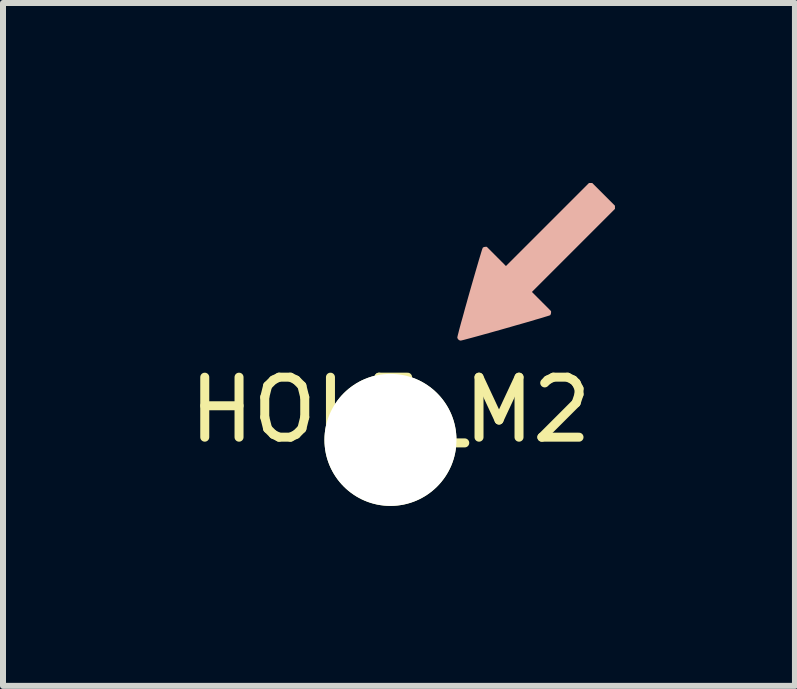
<source format=kicad_pcb>
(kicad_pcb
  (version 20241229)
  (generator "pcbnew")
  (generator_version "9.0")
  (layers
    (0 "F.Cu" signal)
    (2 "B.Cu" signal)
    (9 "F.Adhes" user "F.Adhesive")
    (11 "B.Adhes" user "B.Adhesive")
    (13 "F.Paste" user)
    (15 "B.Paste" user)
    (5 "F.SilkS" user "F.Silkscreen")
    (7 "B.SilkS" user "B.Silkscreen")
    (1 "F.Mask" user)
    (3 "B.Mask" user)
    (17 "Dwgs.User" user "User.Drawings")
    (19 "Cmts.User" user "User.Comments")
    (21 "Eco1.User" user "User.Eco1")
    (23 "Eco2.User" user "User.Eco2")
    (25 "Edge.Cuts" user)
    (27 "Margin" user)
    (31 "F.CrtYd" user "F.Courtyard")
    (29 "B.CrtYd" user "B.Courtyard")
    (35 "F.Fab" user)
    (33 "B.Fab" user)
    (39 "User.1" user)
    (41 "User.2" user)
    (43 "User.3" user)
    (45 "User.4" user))
  (footprint "HOLE_M2"
    (layer "F.Cu")
    (at 3.458 4.282)
    (property "Reference" "HOLE_M2" (at 0 -0.5 0) (unlocked yes) (layer "F.SilkS") (effects (font (size 1 1) (thickness 0.15))))
    (attr through_hole exclude_from_pos_files exclude_from_bom)
    (fp_poly (pts (xy 1.143 -1.663) (xy 1.166 -1.655) (xy 1.177 -1.656) (xy 1.202 -1.662) (xy 1.238 -1.671) (xy 1.286 -1.684) (xy 1.343 -1.699) (xy 1.409 -1.717) (xy 1.482 -1.737) (xy 1.561 -1.759) (xy 1.645 -1.782) (xy 1.733 -1.807) (xy 1.823 -1.832) (xy 1.914 -1.858) (xy 2.005 -1.884) (xy 2.095 -1.91) (xy 2.183 -1.935) (xy 2.267 -1.959) (xy 2.346 -1.982) (xy 2.419 -2.004) (xy 2.485 -2.023) (xy 2.542 -2.04) (xy 2.59 -2.055) (xy 2.627 -2.066) (xy 2.651 -2.074) (xy 2.663 -2.079) (xy 2.663 -2.079) (xy 2.673 -2.097) (xy 2.677 -2.119) (xy 2.677 -2.12) (xy 2.677 -2.146) (xy 2.358 -2.466) (xy 3.742 -3.85) (xy 3.742 -3.903) (xy 3.363 -4.282) (xy 3.309 -4.282) (xy 1.925 -2.898) (xy 1.606 -3.218) (xy 1.579 -3.218) (xy 1.557 -3.214) (xy 1.539 -3.204) (xy 1.539 -3.203) (xy 1.535 -3.194) (xy 1.527 -3.172) (xy 1.516 -3.137) (xy 1.502 -3.09) (xy 1.485 -3.034) (xy 1.466 -2.97) (xy 1.445 -2.898) (xy 1.422 -2.819) (xy 1.398 -2.736) (xy 1.373 -2.649) (xy 1.347 -2.559) (xy 1.321 -2.468) (xy 1.295 -2.376) (xy 1.27 -2.286) (xy 1.245 -2.198) (xy 1.222 -2.113) (xy 1.2 -2.033) (xy 1.179 -1.96) (xy 1.161 -1.893) (xy 1.145 -1.834) (xy 1.133 -1.785) (xy 1.123 -1.747) (xy 1.117 -1.721) (xy 1.114 -1.708) (xy 1.114 -1.707) (xy 1.123 -1.682)) (stroke (width 0) (type solid)) (fill yes) (layer "B.SilkS"))
    (pad "" np_thru_hole circle (at 0 0) (size 2.2 2.2) (drill 2.2) (layers "*.Cu" "*.Mask" "F.SilkS")))
  (gr_rect
    (start -3 -3)
    (end 10.2 8.382)
    (stroke (width 0.1) (type default))
    (fill no)
    (layer "Edge.Cuts")))
</source>
